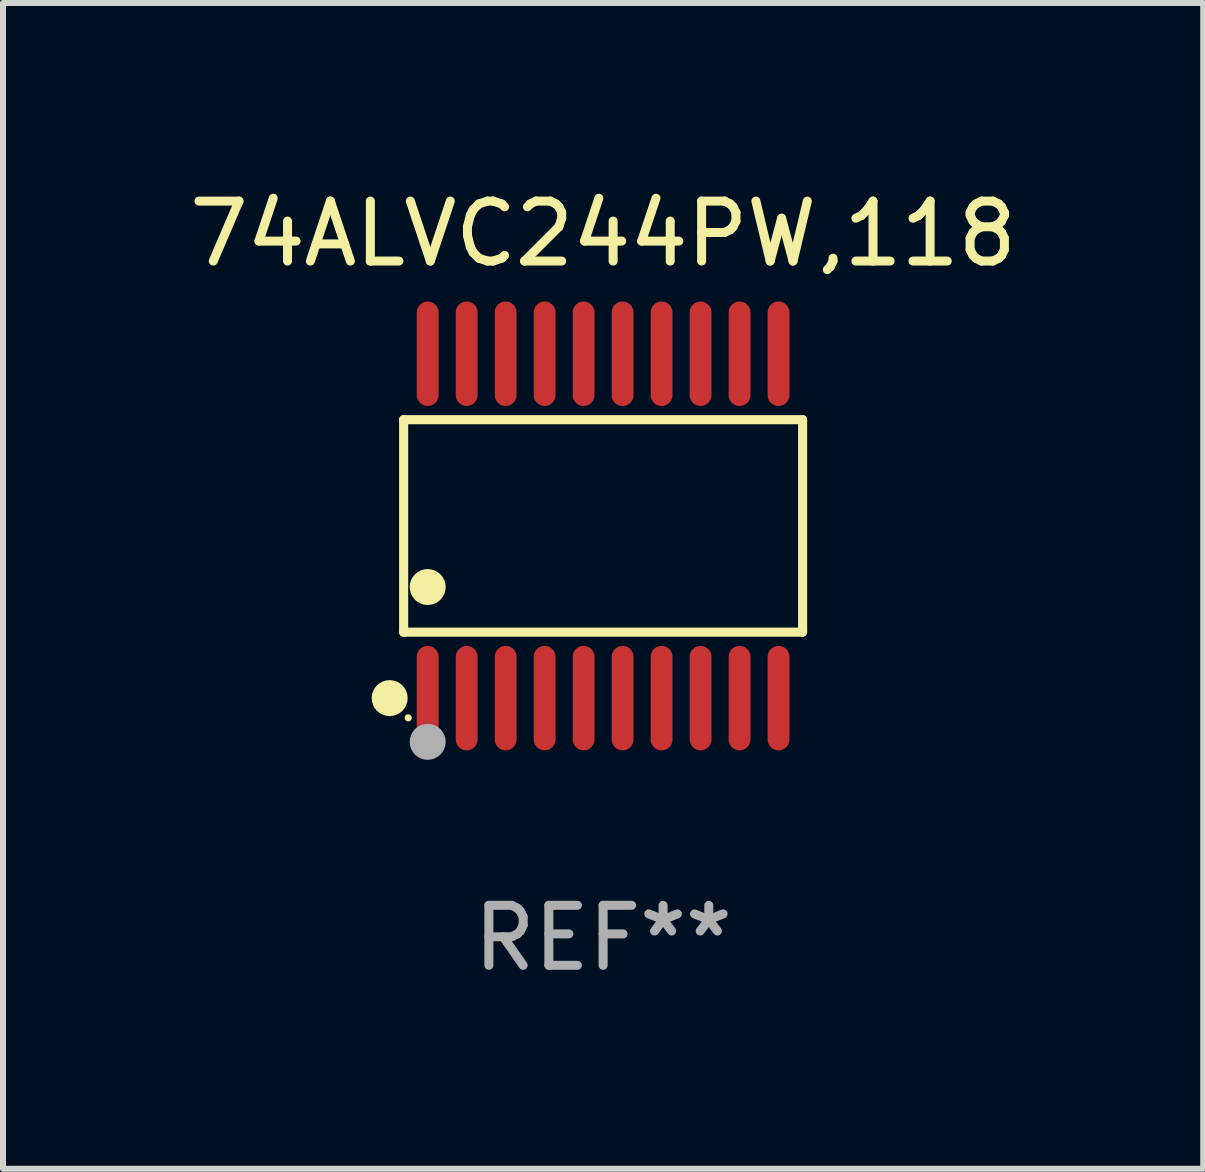
<source format=kicad_pcb>
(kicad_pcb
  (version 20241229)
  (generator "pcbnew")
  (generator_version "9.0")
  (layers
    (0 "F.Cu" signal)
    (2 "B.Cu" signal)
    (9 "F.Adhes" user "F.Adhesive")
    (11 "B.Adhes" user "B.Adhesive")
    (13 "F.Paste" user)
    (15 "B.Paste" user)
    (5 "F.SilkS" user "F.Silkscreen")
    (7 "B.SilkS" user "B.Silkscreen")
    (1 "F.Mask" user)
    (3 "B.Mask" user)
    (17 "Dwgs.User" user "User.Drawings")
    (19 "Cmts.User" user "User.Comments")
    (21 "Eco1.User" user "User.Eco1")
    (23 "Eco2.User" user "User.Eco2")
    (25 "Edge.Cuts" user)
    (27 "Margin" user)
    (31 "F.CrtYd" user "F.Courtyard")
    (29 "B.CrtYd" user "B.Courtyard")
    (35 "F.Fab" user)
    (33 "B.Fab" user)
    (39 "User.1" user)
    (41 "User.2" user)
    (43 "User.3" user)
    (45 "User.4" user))
  (footprint "74ALVC244PW,118"
    (layer "F.Cu")
    (at 7.006 5.719)
    (property "Reference" "74ALVC244PW,118" (at 0 -4.871 0) (layer "F.SilkS") (effects (font (size 1 1) (thickness 0.15))))
    (attr through_hole)
    (fp_line (start -3.326 -1.771) (end 3.326 -1.771) (stroke (width 0.152) (type solid)) (layer "F.SilkS"))
    (fp_line (start -3.326 1.771) (end -3.326 -1.771) (stroke (width 0.152) (type solid)) (layer "F.SilkS"))
    (fp_line (start 3.326 -1.771) (end 3.326 1.771) (stroke (width 0.152) (type solid)) (layer "F.SilkS"))
    (fp_line (start 3.326 1.771) (end -3.326 1.771) (stroke (width 0.152) (type solid)) (layer "F.SilkS"))
    (fp_circle (center -3.559 2.871) (end -3.409 2.871) (stroke (width 0.3) (type solid)) (fill no) (layer "F.SilkS"))
    (fp_circle (center -3.25 3.2) (end -3.22 3.2) (stroke (width 0.06) (type solid)) (fill no) (layer "F.SilkS"))
    (fp_circle (center -2.925 1.019) (end -2.775 1.019) (stroke (width 0.3) (type solid)) (fill no) (layer "F.SilkS"))
    (fp_circle (center -2.925 3.6) (end -2.775 3.6) (stroke (width 0.3) (type solid)) (fill no) (layer "F.Fab"))
    (fp_text user "REF**" (at 0 6.871 0) (layer "F.Fab") (effects (font (size 1 1) (thickness 0.15))))
    (pad "1" smd oval (at -2.925 2.871) (size 0.364 1.742) (layers "F.Cu" "F.Mask" "F.Paste"))
    (pad "2" smd oval (at -2.275 2.871) (size 0.364 1.742) (layers "F.Cu" "F.Mask" "F.Paste"))
    (pad "3" smd oval (at -1.625 2.871) (size 0.364 1.742) (layers "F.Cu" "F.Mask" "F.Paste"))
    (pad "4" smd oval (at -0.975 2.871) (size 0.364 1.742) (layers "F.Cu" "F.Mask" "F.Paste"))
    (pad "5" smd oval (at -0.325 2.871) (size 0.364 1.742) (layers "F.Cu" "F.Mask" "F.Paste"))
    (pad "6" smd oval (at 0.325 2.871) (size 0.364 1.742) (layers "F.Cu" "F.Mask" "F.Paste"))
    (pad "7" smd oval (at 0.975 2.871) (size 0.364 1.742) (layers "F.Cu" "F.Mask" "F.Paste"))
    (pad "8" smd oval (at 1.625 2.871) (size 0.364 1.742) (layers "F.Cu" "F.Mask" "F.Paste"))
    (pad "9" smd oval (at 2.275 2.871) (size 0.364 1.742) (layers "F.Cu" "F.Mask" "F.Paste"))
    (pad "10" smd oval (at 2.925 2.871) (size 0.364 1.742) (layers "F.Cu" "F.Mask" "F.Paste"))
    (pad "11" smd oval (at 2.925 -2.871) (size 0.364 1.742) (layers "F.Cu" "F.Mask" "F.Paste"))
    (pad "12" smd oval (at 2.275 -2.871) (size 0.364 1.742) (layers "F.Cu" "F.Mask" "F.Paste"))
    (pad "13" smd oval (at 1.625 -2.871) (size 0.364 1.742) (layers "F.Cu" "F.Mask" "F.Paste"))
    (pad "14" smd oval (at 0.975 -2.871) (size 0.364 1.742) (layers "F.Cu" "F.Mask" "F.Paste"))
    (pad "15" smd oval (at 0.325 -2.871) (size 0.364 1.742) (layers "F.Cu" "F.Mask" "F.Paste"))
    (pad "16" smd oval (at -0.325 -2.871) (size 0.364 1.742) (layers "F.Cu" "F.Mask" "F.Paste"))
    (pad "17" smd oval (at -0.975 -2.871) (size 0.364 1.742) (layers "F.Cu" "F.Mask" "F.Paste"))
    (pad "18" smd oval (at -1.625 -2.871) (size 0.364 1.742) (layers "F.Cu" "F.Mask" "F.Paste"))
    (pad "19" smd oval (at -2.275 -2.871) (size 0.364 1.742) (layers "F.Cu" "F.Mask" "F.Paste"))
    (pad "20" smd oval (at -2.925 -2.871) (size 0.364 1.742) (layers "F.Cu" "F.Mask" "F.Paste")))
  (gr_rect
    (start -3 -3)
    (end 17.012 16.438)
    (stroke (width 0.1) (type default))
    (fill no)
    (layer "Edge.Cuts")))
</source>
